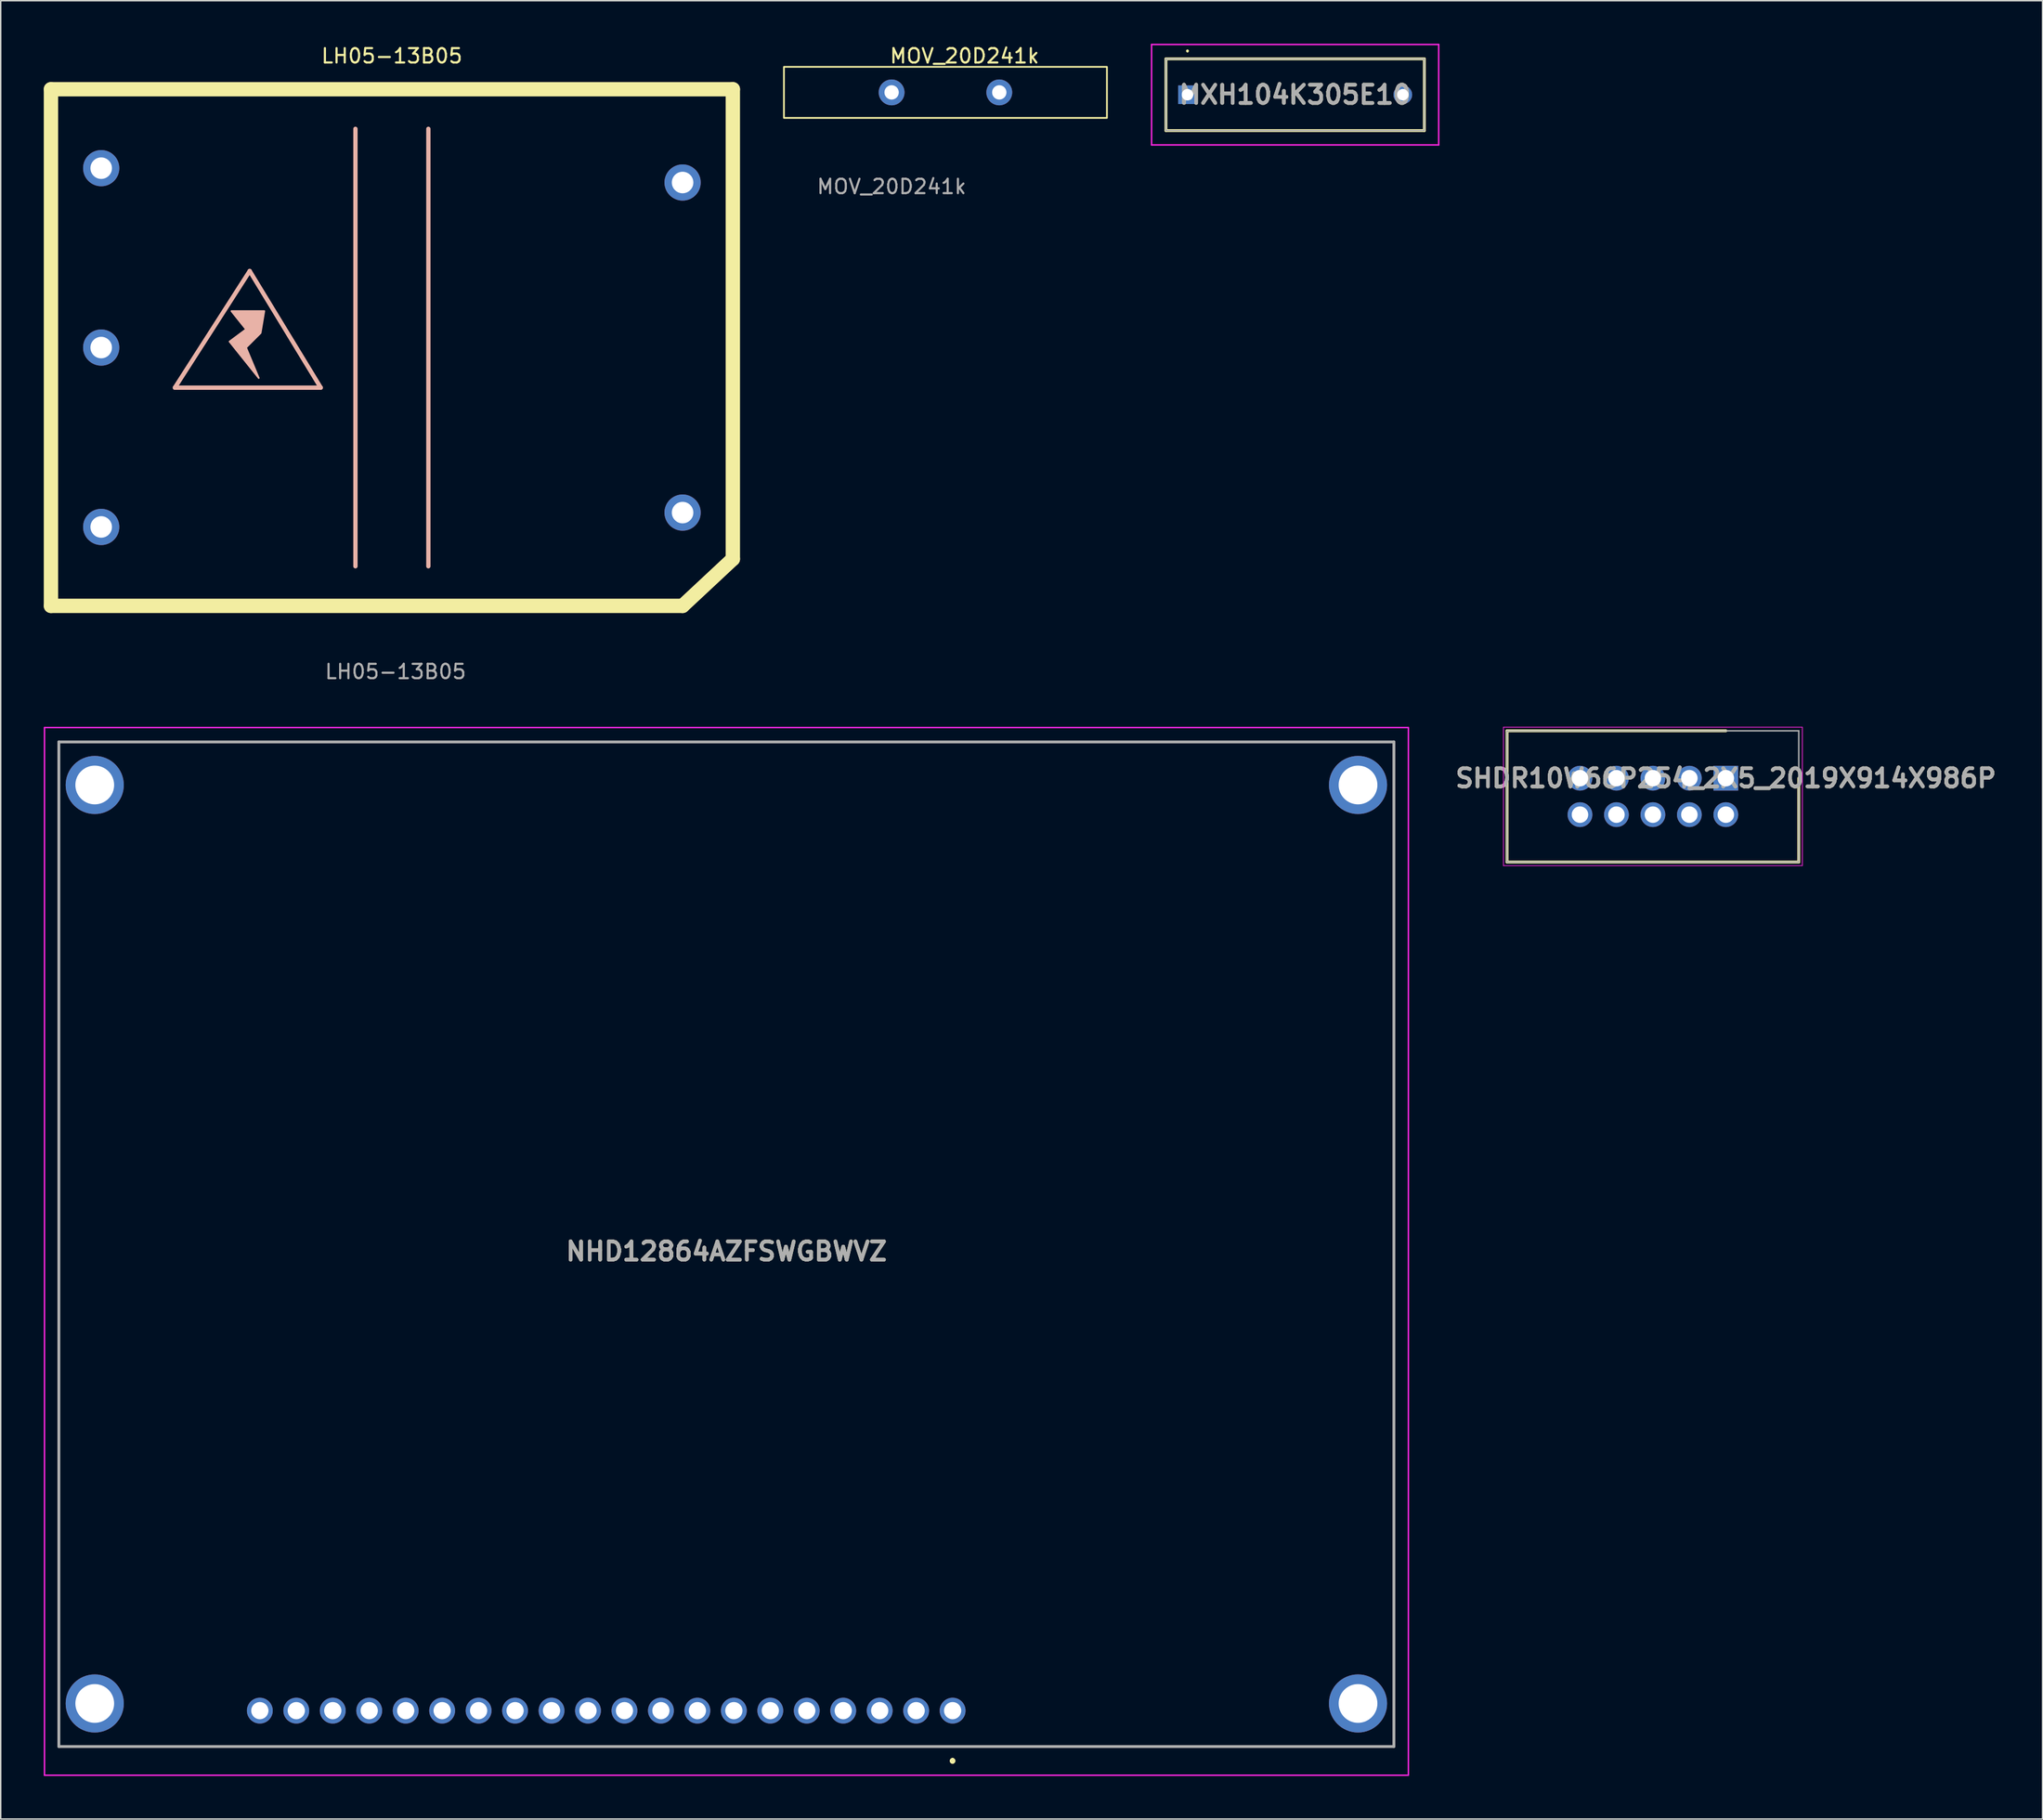
<source format=kicad_pcb>
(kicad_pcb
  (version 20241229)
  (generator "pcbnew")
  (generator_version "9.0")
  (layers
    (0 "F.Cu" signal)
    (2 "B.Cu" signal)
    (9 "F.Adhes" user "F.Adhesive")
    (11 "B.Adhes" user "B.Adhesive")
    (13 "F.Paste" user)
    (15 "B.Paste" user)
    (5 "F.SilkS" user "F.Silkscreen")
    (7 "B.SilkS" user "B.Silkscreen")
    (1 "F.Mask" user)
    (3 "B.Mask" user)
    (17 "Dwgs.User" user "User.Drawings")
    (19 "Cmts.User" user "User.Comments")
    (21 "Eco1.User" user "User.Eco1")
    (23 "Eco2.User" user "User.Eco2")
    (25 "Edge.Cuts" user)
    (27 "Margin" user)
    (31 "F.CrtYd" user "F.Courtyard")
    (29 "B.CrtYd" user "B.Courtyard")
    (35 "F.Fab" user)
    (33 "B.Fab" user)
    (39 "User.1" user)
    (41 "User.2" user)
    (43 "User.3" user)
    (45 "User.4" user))
  (footprint "LH05-13B05"
    (layer "F.Cu")
    (at 24.25 21.168)
    (property "Reference" "LH05-13B05" (at 0 -20.32 0) (unlocked yes) (layer "F.SilkS") (effects (font (size 1 1) (thickness 0.15))))
    (attr through_hole)
    (fp_line (start -23.75 -18) (end -23.75 18) (stroke (width 1) (type solid)) (layer "F.SilkS"))
    (fp_line (start -23.75 18) (end 20.25 18) (stroke (width 1) (type solid)) (layer "F.SilkS"))
    (fp_line (start 20.25 18) (end 23.75 14.732) (stroke (width 1) (type solid)) (layer "F.SilkS"))
    (fp_line (start 23.75 -18) (end -23.75 -18) (stroke (width 1) (type solid)) (layer "F.SilkS"))
    (fp_line (start 23.75 -18) (end 23.75 14.732) (stroke (width 1) (type solid)) (layer "F.SilkS"))
    (fp_line (start -9.906 -5.334) (end -15.118 2.794) (stroke (width 0.3) (type solid)) (layer "B.SilkS"))
    (fp_line (start -4.958 2.794) (end -15.118 2.794) (stroke (width 0.3) (type solid)) (layer "B.SilkS"))
    (fp_line (start -4.958 2.794) (end -9.906 -5.334) (stroke (width 0.3) (type solid)) (layer "B.SilkS"))
    (fp_line (start -2.54 -15.24) (end -2.54 15.24) (stroke (width 0.3) (type solid)) (layer "B.SilkS"))
    (fp_line (start 2.54 -15.24) (end 2.54 15.24) (stroke (width 0.3) (type solid)) (layer "B.SilkS"))
    (fp_poly (pts (xy -10.16 -1.27) (xy -11.308 -0.417) (xy -9.276 2.123) (xy -10.16 0) (xy -9.144 -1.016) (xy -8.89 -2.54) (xy -10.16 -2.54) (xy -11.176 -2.54)) (stroke (width 0.12) (type solid)) (fill yes) (layer "B.SilkS"))
    (fp_text user "${REFERENCE}" (at 0.254 22.582 0) (unlocked yes) (layer "F.Fab") (effects (font (size 1 1) (thickness 0.15))))
    (pad "1" thru_hole circle (at -20.25 -12.5) (size 2.524 2.524) (drill 1.5) (layers "*.Cu" "*.Mask"))
    (pad "2" thru_hole circle (at -20.25 0) (size 2.524 2.524) (drill 1.5) (layers "*.Cu" "*.Mask"))
    (pad "3" thru_hole circle (at -20.25 12.5) (size 2.524 2.524) (drill 1.5) (layers "*.Cu" "*.Mask"))
    (pad "4" thru_hole circle (at 20.25 11.5) (size 2.524 2.524) (drill 1.5) (layers "*.Cu" "*.Mask"))
    (pad "8" thru_hole circle (at 20.25 -11.5) (size 2.524 2.524) (drill 1.5) (layers "*.Cu" "*.Mask")))
  (footprint "NHD12864AZFSWGBWVZ"
    (layer "F.Cu")
    (at 63.31 116.148)
    (property "Reference" "NHD12864AZFSWGBWVZ" (at -15.755 -32 0) (layer "F.SilkS") (effects (font (size 1.27 1.27) (thickness 0.254))))
    (attr through_hole)
    (fp_line (start -62.26 -67.5) (end 30.75 -67.5) (stroke (width 0.1) (type solid)) (layer "F.SilkS"))
    (fp_line (start -62.26 2.5) (end -62.26 -67.5) (stroke (width 0.1) (type solid)) (layer "F.SilkS"))
    (fp_line (start 0 3.4) (end 0 3.4) (stroke (width 0.2) (type solid)) (layer "F.SilkS"))
    (fp_line (start 0 3.4) (end 0 3.4) (stroke (width 0.2) (type solid)) (layer "F.SilkS"))
    (fp_line (start 0 3.6) (end 0 3.6) (stroke (width 0.2) (type solid)) (layer "F.SilkS"))
    (fp_line (start 30.75 -67.5) (end 30.75 2.5) (stroke (width 0.1) (type solid)) (layer "F.SilkS"))
    (fp_line (start 30.75 2.5) (end -62.26 2.5) (stroke (width 0.1) (type solid)) (layer "F.SilkS"))
    (fp_arc (start 0 3.4) (mid 0.1 3.5) (end 0 3.6) (stroke (width 0.2) (type solid)) (layer "F.SilkS"))
    (fp_arc (start 0 3.6) (mid -0.1 3.5) (end 0 3.4) (stroke (width 0.2) (type solid)) (layer "F.SilkS"))
    (fp_arc (start 0 3.6) (mid -0.1 3.5) (end 0 3.4) (stroke (width 0.2) (type solid)) (layer "F.SilkS"))
    (fp_line (start -63.26 -68.5) (end 31.75 -68.5) (stroke (width 0.1) (type solid)) (layer "F.CrtYd"))
    (fp_line (start -63.26 4.5) (end -63.26 -68.5) (stroke (width 0.1) (type solid)) (layer "F.CrtYd"))
    (fp_line (start 31.75 -68.5) (end 31.75 4.5) (stroke (width 0.1) (type solid)) (layer "F.CrtYd"))
    (fp_line (start 31.75 4.5) (end -63.26 4.5) (stroke (width 0.1) (type solid)) (layer "F.CrtYd"))
    (fp_line (start -62.26 -67.5) (end -62.26 2.5) (stroke (width 0.2) (type solid)) (layer "F.Fab"))
    (fp_line (start -62.26 2.5) (end 30.74 2.5) (stroke (width 0.2) (type solid)) (layer "F.Fab"))
    (fp_line (start 30.74 -67.5) (end -62.26 -67.5) (stroke (width 0.2) (type solid)) (layer "F.Fab"))
    (fp_line (start 30.74 2.5) (end 30.74 -67.5) (stroke (width 0.2) (type solid)) (layer "F.Fab"))
    (fp_text user "${REFERENCE}" (at -15.755 -32 0) (layer "F.Fab") (effects (font (size 1.27 1.27) (thickness 0.254))))
    (pad "1" thru_hole circle (at 0 0) (size 1.8 1.8) (drill 1.2) (layers "*.Cu" "*.Mask"))
    (pad "2" thru_hole circle (at -2.54 0) (size 1.8 1.8) (drill 1.2) (layers "*.Cu" "*.Mask"))
    (pad "3" thru_hole circle (at -5.08 0) (size 1.8 1.8) (drill 1.2) (layers "*.Cu" "*.Mask"))
    (pad "4" thru_hole circle (at -7.62 0) (size 1.8 1.8) (drill 1.2) (layers "*.Cu" "*.Mask"))
    (pad "5" thru_hole circle (at -10.16 0) (size 1.8 1.8) (drill 1.2) (layers "*.Cu" "*.Mask"))
    (pad "6" thru_hole circle (at -12.7 0) (size 1.8 1.8) (drill 1.2) (layers "*.Cu" "*.Mask"))
    (pad "7" thru_hole circle (at -15.24 0) (size 1.8 1.8) (drill 1.2) (layers "*.Cu" "*.Mask"))
    (pad "8" thru_hole circle (at -17.78 0) (size 1.8 1.8) (drill 1.2) (layers "*.Cu" "*.Mask"))
    (pad "9" thru_hole circle (at -20.32 0) (size 1.8 1.8) (drill 1.2) (layers "*.Cu" "*.Mask"))
    (pad "10" thru_hole circle (at -22.86 0) (size 1.8 1.8) (drill 1.2) (layers "*.Cu" "*.Mask"))
    (pad "11" thru_hole circle (at -25.4 0) (size 1.8 1.8) (drill 1.2) (layers "*.Cu" "*.Mask"))
    (pad "12" thru_hole circle (at -27.94 0) (size 1.8 1.8) (drill 1.2) (layers "*.Cu" "*.Mask"))
    (pad "13" thru_hole circle (at -30.48 0) (size 1.8 1.8) (drill 1.2) (layers "*.Cu" "*.Mask"))
    (pad "14" thru_hole circle (at -33.02 0) (size 1.8 1.8) (drill 1.2) (layers "*.Cu" "*.Mask"))
    (pad "15" thru_hole circle (at -35.56 0) (size 1.8 1.8) (drill 1.2) (layers "*.Cu" "*.Mask"))
    (pad "16" thru_hole circle (at -38.1 0) (size 1.8 1.8) (drill 1.2) (layers "*.Cu" "*.Mask"))
    (pad "17" thru_hole circle (at -40.64 0) (size 1.8 1.8) (drill 1.2) (layers "*.Cu" "*.Mask"))
    (pad "18" thru_hole circle (at -43.18 0) (size 1.8 1.8) (drill 1.2) (layers "*.Cu" "*.Mask"))
    (pad "19" thru_hole circle (at -45.72 0) (size 1.8 1.8) (drill 1.2) (layers "*.Cu" "*.Mask"))
    (pad "20" thru_hole circle (at -48.26 0) (size 1.8 1.8) (drill 1.2) (layers "*.Cu" "*.Mask"))
    (pad "MH1" thru_hole circle (at 28.24 -0.5) (size 4.05 4.05) (drill 2.7) (layers "*.Cu" "*.Mask"))
    (pad "MH2" thru_hole circle (at -59.76 -0.5) (size 4.05 4.05) (drill 2.7) (layers "*.Cu" "*.Mask"))
    (pad "MH3" thru_hole circle (at -59.76 -64.5) (size 4.05 4.05) (drill 2.7) (layers "*.Cu" "*.Mask"))
    (pad "MH4" thru_hole circle (at 28.24 -64.5) (size 4.05 4.05) (drill 2.7) (layers "*.Cu" "*.Mask")))
  (footprint "MOV_20D241k"
    (layer "F.Cu")
    (at 59.06 3.388)
    (property "Reference" "MOV_20D241k" (at 5.08 -2.54 0) (unlocked yes) (layer "F.SilkS") (effects (font (size 1 1) (thickness 0.15))))
    (attr through_hole)
    (fp_rect (start -7.5 -1.778) (end 15 1.778) (stroke (width 0.12) (type solid)) (fill no) (layer "F.SilkS"))
    (fp_text user "${REFERENCE}" (at 0 6.564 0) (unlocked yes) (layer "F.Fab") (effects (font (size 1 1) (thickness 0.15))))
    (pad "1" thru_hole circle (at 0 0) (size 1.8 1.8) (drill 1) (layers "*.Cu" "*.Mask"))
    (pad "2" thru_hole circle (at 7.5 0) (size 1.8 1.8) (drill 1) (layers "*.Cu" "*.Mask")))
  (footprint "SHDR10W66P254_2X5_2019X914X986P"
    (layer "F.Cu")
    (at 117.172 51.175)
    (property "Reference" "SHDR10W66P254_2X5_2019X914X986P" (at 0 0 0) (layer "F.SilkS") (effects (font (size 1.27 1.27) (thickness 0.254))))
    (attr through_hole)
    (fp_line (start -15.24 -3.302) (end -15.24 5.842) (stroke (width 0.2) (type solid)) (layer "F.SilkS"))
    (fp_line (start -15.24 5.842) (end 5.08 5.842) (stroke (width 0.2) (type solid)) (layer "F.SilkS"))
    (fp_line (start 0 -3.302) (end -15.24 -3.302) (stroke (width 0.2) (type solid)) (layer "F.SilkS"))
    (fp_line (start 5.08 5.842) (end 5.08 0) (stroke (width 0.2) (type solid)) (layer "F.SilkS"))
    (fp_line (start -15.49 -3.552) (end -15.49 6.092) (stroke (width 0.05) (type solid)) (layer "F.CrtYd"))
    (fp_line (start -15.49 6.092) (end 5.33 6.092) (stroke (width 0.05) (type solid)) (layer "F.CrtYd"))
    (fp_line (start 5.33 -3.552) (end -15.49 -3.552) (stroke (width 0.05) (type solid)) (layer "F.CrtYd"))
    (fp_line (start 5.33 6.092) (end 5.33 -3.552) (stroke (width 0.05) (type solid)) (layer "F.CrtYd"))
    (fp_line (start -15.24 -3.302) (end -15.24 5.842) (stroke (width 0.1) (type solid)) (layer "F.Fab"))
    (fp_line (start -15.24 5.842) (end 5.08 5.842) (stroke (width 0.1) (type solid)) (layer "F.Fab"))
    (fp_line (start 5.08 -3.302) (end -15.24 -3.302) (stroke (width 0.1) (type solid)) (layer "F.Fab"))
    (fp_line (start 5.08 5.842) (end 5.08 -3.302) (stroke (width 0.1) (type solid)) (layer "F.Fab"))
    (fp_text user "${REFERENCE}" (at 0 0 0) (layer "F.Fab") (effects (font (size 1.27 1.27) (thickness 0.254))))
    (pad "1" thru_hole rect (at 0 0) (size 1.725 1.725) (drill 1.15) (layers "*.Cu" "*.Mask"))
    (pad "2" thru_hole circle (at 0 2.54) (size 1.725 1.725) (drill 1.15) (layers "*.Cu" "*.Mask"))
    (pad "3" thru_hole circle (at -2.54 0) (size 1.725 1.725) (drill 1.15) (layers "*.Cu" "*.Mask"))
    (pad "4" thru_hole circle (at -2.54 2.54) (size 1.725 1.725) (drill 1.15) (layers "*.Cu" "*.Mask"))
    (pad "5" thru_hole circle (at -5.08 0) (size 1.725 1.725) (drill 1.15) (layers "*.Cu" "*.Mask"))
    (pad "6" thru_hole circle (at -5.08 2.54) (size 1.725 1.725) (drill 1.15) (layers "*.Cu" "*.Mask"))
    (pad "7" thru_hole circle (at -7.62 0) (size 1.725 1.725) (drill 1.15) (layers "*.Cu" "*.Mask"))
    (pad "8" thru_hole circle (at -7.62 2.54) (size 1.725 1.725) (drill 1.15) (layers "*.Cu" "*.Mask"))
    (pad "9" thru_hole circle (at -10.16 0) (size 1.725 1.725) (drill 1.15) (layers "*.Cu" "*.Mask"))
    (pad "10" thru_hole circle (at -10.16 2.54) (size 1.725 1.725) (drill 1.15) (layers "*.Cu" "*.Mask")))
  (footprint "MXH104K305E10"
    (layer "F.Cu")
    (at 79.67 3.55)
    (property "Reference" "MXH104K305E10" (at 7.5 0 0) (layer "F.SilkS") (effects (font (size 1.27 1.27) (thickness 0.254))))
    (attr through_hole)
    (fp_line (start -1.5 -2.5) (end -1.5 2.5) (stroke (width 0.2) (type solid)) (layer "F.SilkS"))
    (fp_line (start -1.5 2.5) (end 16.5 2.5) (stroke (width 0.2) (type solid)) (layer "F.SilkS"))
    (fp_line (start 0 -3.1) (end 0 -3.1) (stroke (width 0.1) (type solid)) (layer "F.SilkS"))
    (fp_line (start 0 -3) (end 0 -3) (stroke (width 0.1) (type solid)) (layer "F.SilkS"))
    (fp_line (start 16.5 -2.5) (end -1.5 -2.5) (stroke (width 0.2) (type solid)) (layer "F.SilkS"))
    (fp_line (start 16.5 2.5) (end 16.5 -2.5) (stroke (width 0.2) (type solid)) (layer "F.SilkS"))
    (fp_arc (start 0 -3.1) (mid 0.05 -3.05) (end 0 -3) (stroke (width 0.1) (type solid)) (layer "F.SilkS"))
    (fp_arc (start 0 -3) (mid -0.05 -3.05) (end 0 -3.1) (stroke (width 0.1) (type solid)) (layer "F.SilkS"))
    (fp_line (start -2.5 -3.5) (end 17.5 -3.5) (stroke (width 0.1) (type solid)) (layer "F.CrtYd"))
    (fp_line (start -2.5 3.5) (end -2.5 -3.5) (stroke (width 0.1) (type solid)) (layer "F.CrtYd"))
    (fp_line (start 17.5 -3.5) (end 17.5 3.5) (stroke (width 0.1) (type solid)) (layer "F.CrtYd"))
    (fp_line (start 17.5 3.5) (end -2.5 3.5) (stroke (width 0.1) (type solid)) (layer "F.CrtYd"))
    (fp_line (start -1.5 -2.5) (end -1.5 2.5) (stroke (width 0.1) (type solid)) (layer "F.Fab"))
    (fp_line (start -1.5 2.5) (end 16.5 2.5) (stroke (width 0.1) (type solid)) (layer "F.Fab"))
    (fp_line (start 16.5 -2.5) (end -1.5 -2.5) (stroke (width 0.1) (type solid)) (layer "F.Fab"))
    (fp_line (start 16.5 2.5) (end 16.5 -2.5) (stroke (width 0.1) (type solid)) (layer "F.Fab"))
    (fp_text user "${REFERENCE}" (at 7.5 0 0) (layer "F.Fab") (effects (font (size 1.27 1.27) (thickness 0.254))))
    (pad "1" thru_hole rect (at 0 0) (size 1.3 1.3) (drill 0.8) (layers "*.Cu" "*.Mask"))
    (pad "2" thru_hole circle (at 15 0) (size 1.3 1.3) (drill 0.8) (layers "*.Cu" "*.Mask")))
  (gr_rect
    (start -3 -3)
    (end 139.234 123.698)
    (stroke (width 0.1) (type default))
    (fill no)
    (layer "Edge.Cuts")))
</source>
